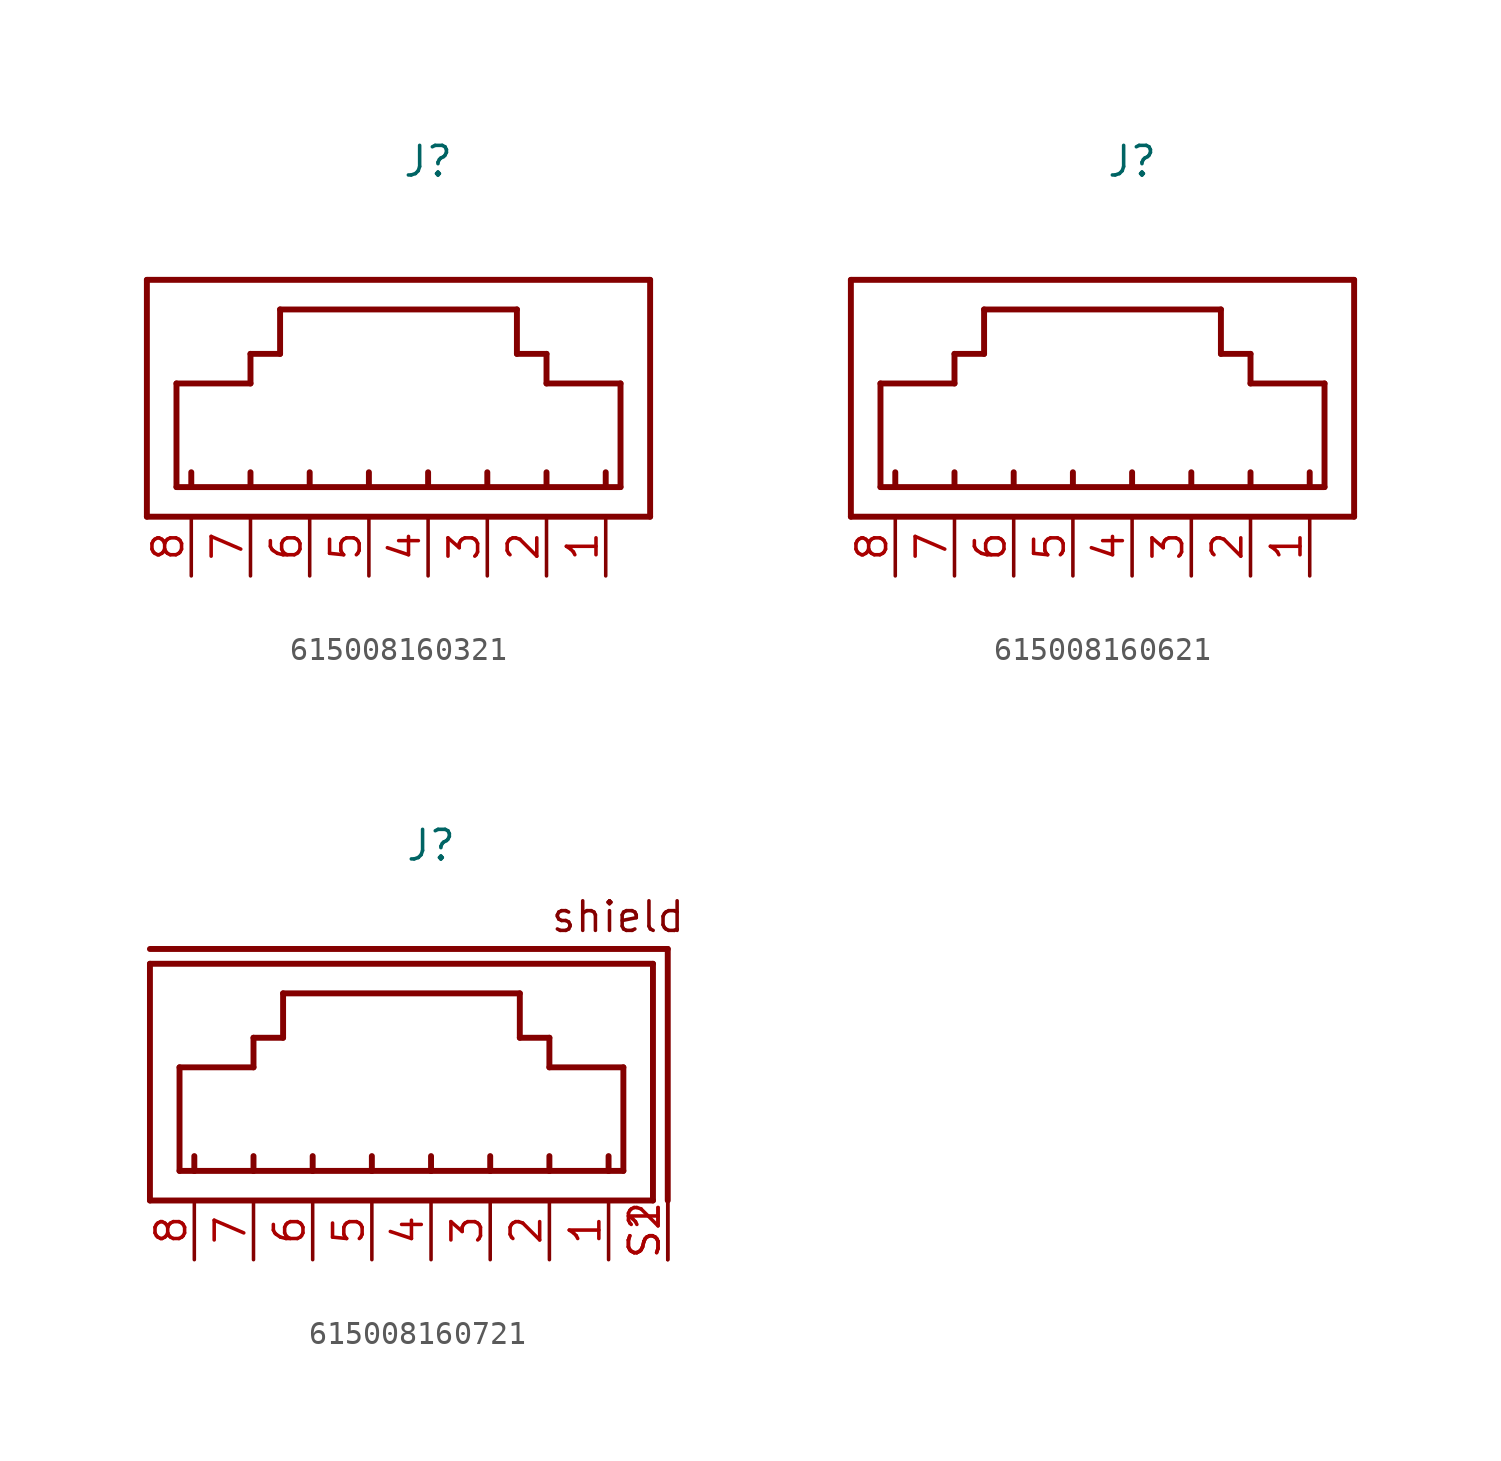
<source format=kicad_sym>
(kicad_symbol_lib
  (version 20241209)
  (generator "kicad_symbol_editor")
  (generator_version "9.0")
  (symbol "615008160321"
    (pin_names
      (hide yes))
    (property "Reference" "J"
      (at 0 10.16 0)
      (effects (font (size 1.27 1.27))))
    (symbol "615008160321_1_0"
      (polyline (pts (xy -12.065 5.08) (xy 9.525 5.08)) (stroke (width 0.254) (type solid)) (fill (type none)))
      (polyline (pts (xy -12.065 -5.08) (xy -12.065 5.08)) (stroke (width 0.254) (type solid)) (fill (type none)))
      (polyline (pts (xy -10.795 0.635) (xy -7.62 0.635)) (stroke (width 0.254) (type solid)) (fill (type none)))
      (polyline (pts (xy -10.795 -3.81) (xy -10.795 0.635)) (stroke (width 0.254) (type solid)) (fill (type none)))
      (polyline (pts (xy -10.16 -3.81) (xy -10.795 -3.81)) (stroke (width 0.254) (type solid)) (fill (type none)))
      (polyline (pts (xy -10.16 -3.81) (xy -10.16 -3.175)) (stroke (width 0.254) (type solid)) (fill (type none)))
      (polyline (pts (xy -7.62 1.905) (xy -6.35 1.905)) (stroke (width 0.254) (type solid)) (fill (type none)))
      (polyline (pts (xy -7.62 0.635) (xy -7.62 1.905)) (stroke (width 0.254) (type solid)) (fill (type none)))
      (polyline (pts (xy -7.62 -3.81) (xy -10.16 -3.81)) (stroke (width 0.254) (type solid)) (fill (type none)))
      (polyline (pts (xy -7.62 -3.81) (xy -7.62 -3.175)) (stroke (width 0.254) (type solid)) (fill (type none)))
      (polyline (pts (xy -6.35 3.81) (xy 3.81 3.81)) (stroke (width 0.254) (type solid)) (fill (type none)))
      (polyline (pts (xy -6.35 1.905) (xy -6.35 3.81)) (stroke (width 0.254) (type solid)) (fill (type none)))
      (polyline (pts (xy -5.08 -3.81) (xy -7.62 -3.81)) (stroke (width 0.254) (type solid)) (fill (type none)))
      (polyline (pts (xy -5.08 -3.81) (xy -5.08 -3.175)) (stroke (width 0.254) (type solid)) (fill (type none)))
      (polyline (pts (xy -2.54 -3.81) (xy -5.08 -3.81)) (stroke (width 0.254) (type solid)) (fill (type none)))
      (polyline (pts (xy -2.54 -3.81) (xy -2.54 -3.175)) (stroke (width 0.254) (type solid)) (fill (type none)))
      (polyline (pts (xy 0 -3.81) (xy -2.54 -3.81)) (stroke (width 0.254) (type solid)) (fill (type none)))
      (polyline (pts (xy 0 -3.81) (xy 0 -3.175)) (stroke (width 0.254) (type solid)) (fill (type none)))
      (polyline (pts (xy 2.54 -3.175) (xy 2.54 -3.81)) (stroke (width 0.254) (type solid)) (fill (type none)))
      (polyline (pts (xy 2.54 -3.81) (xy 0 -3.81)) (stroke (width 0.254) (type solid)) (fill (type none)))
      (polyline (pts (xy 3.81 1.905) (xy 3.81 3.81)) (stroke (width 0.254) (type solid)) (fill (type none)))
      (polyline (pts (xy 5.08 1.905) (xy 3.81 1.905)) (stroke (width 0.254) (type solid)) (fill (type none)))
      (polyline (pts (xy 5.08 0.635) (xy 5.08 1.905)) (stroke (width 0.254) (type solid)) (fill (type none)))
      (polyline (pts (xy 5.08 -3.175) (xy 5.08 -3.81)) (stroke (width 0.254) (type solid)) (fill (type none)))
      (polyline (pts (xy 5.08 -3.81) (xy 2.54 -3.81)) (stroke (width 0.254) (type solid)) (fill (type none)))
      (polyline (pts (xy 7.62 -3.175) (xy 7.62 -3.81)) (stroke (width 0.254) (type solid)) (fill (type none)))
      (polyline (pts (xy 7.62 -3.81) (xy 5.08 -3.81)) (stroke (width 0.254) (type solid)) (fill (type none)))
      (polyline (pts (xy 8.255 0.635) (xy 5.08 0.635)) (stroke (width 0.254) (type solid)) (fill (type none)))
      (polyline (pts (xy 8.255 0.635) (xy 8.255 -3.81)) (stroke (width 0.254) (type solid)) (fill (type none)))
      (polyline (pts (xy 8.255 -3.81) (xy 7.62 -3.81)) (stroke (width 0.254) (type solid)) (fill (type none)))
      (polyline (pts (xy 9.525 5.08) (xy 9.525 -5.08)) (stroke (width 0.254) (type solid)) (fill (type none)))
      (polyline (pts (xy 9.525 -5.08) (xy -12.065 -5.08)) (stroke (width 0.254) (type solid)) (fill (type none)))
      (pin passive line (at -10.16 -7.62 90) (length 2.54) (name "8" (effects (font (size 1.27 1.27)))) (number "8" (effects (font (size 1.27 1.27)))))
      (pin passive line (at -7.62 -7.62 90) (length 2.54) (name "7" (effects (font (size 1.27 1.27)))) (number "7" (effects (font (size 1.27 1.27)))))
      (pin passive line (at -5.08 -7.62 90) (length 2.54) (name "6" (effects (font (size 1.27 1.27)))) (number "6" (effects (font (size 1.27 1.27)))))
      (pin passive line (at -2.54 -7.62 90) (length 2.54) (name "5" (effects (font (size 1.27 1.27)))) (number "5" (effects (font (size 1.27 1.27)))))
      (pin passive line (at 0 -7.62 90) (length 2.54) (name "4" (effects (font (size 1.27 1.27)))) (number "4" (effects (font (size 1.27 1.27)))))
      (pin passive line (at 2.54 -7.62 90) (length 2.54) (name "3" (effects (font (size 1.27 1.27)))) (number "3" (effects (font (size 1.27 1.27)))))
      (pin passive line (at 5.08 -7.62 90) (length 2.54) (name "2" (effects (font (size 1.27 1.27)))) (number "2" (effects (font (size 1.27 1.27)))))
      (pin passive line (at 7.62 -7.62 90) (length 2.54) (name "1" (effects (font (size 1.27 1.27)))) (number "1" (effects (font (size 1.27 1.27)))))))
  (symbol "615008160621"
    (pin_names
      (hide yes))
    (property "Reference" "J"
      (at 0 10.16 0)
      (effects (font (size 1.27 1.27))))
    (symbol "615008160621_1_0"
      (polyline (pts (xy -12.065 5.08) (xy 9.525 5.08)) (stroke (width 0.254) (type solid)) (fill (type none)))
      (polyline (pts (xy -12.065 -5.08) (xy -12.065 5.08)) (stroke (width 0.254) (type solid)) (fill (type none)))
      (polyline (pts (xy -10.795 0.635) (xy -7.62 0.635)) (stroke (width 0.254) (type solid)) (fill (type none)))
      (polyline (pts (xy -10.795 -3.81) (xy -10.795 0.635)) (stroke (width 0.254) (type solid)) (fill (type none)))
      (polyline (pts (xy -10.16 -3.81) (xy -10.795 -3.81)) (stroke (width 0.254) (type solid)) (fill (type none)))
      (polyline (pts (xy -10.16 -3.81) (xy -10.16 -3.175)) (stroke (width 0.254) (type solid)) (fill (type none)))
      (polyline (pts (xy -7.62 1.905) (xy -6.35 1.905)) (stroke (width 0.254) (type solid)) (fill (type none)))
      (polyline (pts (xy -7.62 0.635) (xy -7.62 1.905)) (stroke (width 0.254) (type solid)) (fill (type none)))
      (polyline (pts (xy -7.62 -3.81) (xy -10.16 -3.81)) (stroke (width 0.254) (type solid)) (fill (type none)))
      (polyline (pts (xy -7.62 -3.81) (xy -7.62 -3.175)) (stroke (width 0.254) (type solid)) (fill (type none)))
      (polyline (pts (xy -6.35 3.81) (xy 3.81 3.81)) (stroke (width 0.254) (type solid)) (fill (type none)))
      (polyline (pts (xy -6.35 1.905) (xy -6.35 3.81)) (stroke (width 0.254) (type solid)) (fill (type none)))
      (polyline (pts (xy -5.08 -3.81) (xy -7.62 -3.81)) (stroke (width 0.254) (type solid)) (fill (type none)))
      (polyline (pts (xy -5.08 -3.81) (xy -5.08 -3.175)) (stroke (width 0.254) (type solid)) (fill (type none)))
      (polyline (pts (xy -2.54 -3.81) (xy -5.08 -3.81)) (stroke (width 0.254) (type solid)) (fill (type none)))
      (polyline (pts (xy -2.54 -3.81) (xy -2.54 -3.175)) (stroke (width 0.254) (type solid)) (fill (type none)))
      (polyline (pts (xy 0 -3.81) (xy -2.54 -3.81)) (stroke (width 0.254) (type solid)) (fill (type none)))
      (polyline (pts (xy 0 -3.81) (xy 0 -3.175)) (stroke (width 0.254) (type solid)) (fill (type none)))
      (polyline (pts (xy 2.54 -3.175) (xy 2.54 -3.81)) (stroke (width 0.254) (type solid)) (fill (type none)))
      (polyline (pts (xy 2.54 -3.81) (xy 0 -3.81)) (stroke (width 0.254) (type solid)) (fill (type none)))
      (polyline (pts (xy 3.81 1.905) (xy 3.81 3.81)) (stroke (width 0.254) (type solid)) (fill (type none)))
      (polyline (pts (xy 5.08 1.905) (xy 3.81 1.905)) (stroke (width 0.254) (type solid)) (fill (type none)))
      (polyline (pts (xy 5.08 0.635) (xy 5.08 1.905)) (stroke (width 0.254) (type solid)) (fill (type none)))
      (polyline (pts (xy 5.08 -3.175) (xy 5.08 -3.81)) (stroke (width 0.254) (type solid)) (fill (type none)))
      (polyline (pts (xy 5.08 -3.81) (xy 2.54 -3.81)) (stroke (width 0.254) (type solid)) (fill (type none)))
      (polyline (pts (xy 7.62 -3.175) (xy 7.62 -3.81)) (stroke (width 0.254) (type solid)) (fill (type none)))
      (polyline (pts (xy 7.62 -3.81) (xy 5.08 -3.81)) (stroke (width 0.254) (type solid)) (fill (type none)))
      (polyline (pts (xy 8.255 0.635) (xy 5.08 0.635)) (stroke (width 0.254) (type solid)) (fill (type none)))
      (polyline (pts (xy 8.255 0.635) (xy 8.255 -3.81)) (stroke (width 0.254) (type solid)) (fill (type none)))
      (polyline (pts (xy 8.255 -3.81) (xy 7.62 -3.81)) (stroke (width 0.254) (type solid)) (fill (type none)))
      (polyline (pts (xy 9.525 5.08) (xy 9.525 -5.08)) (stroke (width 0.254) (type solid)) (fill (type none)))
      (polyline (pts (xy 9.525 -5.08) (xy -12.065 -5.08)) (stroke (width 0.254) (type solid)) (fill (type none)))
      (pin passive line (at -10.16 -7.62 90) (length 2.54) (name "8" (effects (font (size 1.27 1.27)))) (number "8" (effects (font (size 1.27 1.27)))))
      (pin passive line (at -7.62 -7.62 90) (length 2.54) (name "7" (effects (font (size 1.27 1.27)))) (number "7" (effects (font (size 1.27 1.27)))))
      (pin passive line (at -5.08 -7.62 90) (length 2.54) (name "6" (effects (font (size 1.27 1.27)))) (number "6" (effects (font (size 1.27 1.27)))))
      (pin passive line (at -2.54 -7.62 90) (length 2.54) (name "5" (effects (font (size 1.27 1.27)))) (number "5" (effects (font (size 1.27 1.27)))))
      (pin passive line (at 0 -7.62 90) (length 2.54) (name "4" (effects (font (size 1.27 1.27)))) (number "4" (effects (font (size 1.27 1.27)))))
      (pin passive line (at 2.54 -7.62 90) (length 2.54) (name "3" (effects (font (size 1.27 1.27)))) (number "3" (effects (font (size 1.27 1.27)))))
      (pin passive line (at 5.08 -7.62 90) (length 2.54) (name "2" (effects (font (size 1.27 1.27)))) (number "2" (effects (font (size 1.27 1.27)))))
      (pin passive line (at 7.62 -7.62 90) (length 2.54) (name "1" (effects (font (size 1.27 1.27)))) (number "1" (effects (font (size 1.27 1.27)))))))
  (symbol "615008160721"
    (pin_names
      (hide yes))
    (property "Reference" "J"
      (at 0 10.16 0)
      (effects (font (size 1.27 1.27))))
    (symbol "615008160721_1_0"
      (polyline (pts (xy -12.065 5.715) (xy 10.16 5.715)) (stroke (width 0.254) (type solid)) (fill (type none)))
      (polyline (pts (xy -12.065 5.08) (xy 9.525 5.08)) (stroke (width 0.254) (type solid)) (fill (type none)))
      (polyline (pts (xy -12.065 -5.08) (xy -12.065 5.08)) (stroke (width 0.254) (type solid)) (fill (type none)))
      (polyline (pts (xy -10.795 0.635) (xy -7.62 0.635)) (stroke (width 0.254) (type solid)) (fill (type none)))
      (polyline (pts (xy -10.795 -3.81) (xy -10.795 0.635)) (stroke (width 0.254) (type solid)) (fill (type none)))
      (polyline (pts (xy -10.16 -3.81) (xy -10.795 -3.81)) (stroke (width 0.254) (type solid)) (fill (type none)))
      (polyline (pts (xy -10.16 -3.81) (xy -10.16 -3.175)) (stroke (width 0.254) (type solid)) (fill (type none)))
      (polyline (pts (xy -7.62 1.905) (xy -6.35 1.905)) (stroke (width 0.254) (type solid)) (fill (type none)))
      (polyline (pts (xy -7.62 0.635) (xy -7.62 1.905)) (stroke (width 0.254) (type solid)) (fill (type none)))
      (polyline (pts (xy -7.62 -3.81) (xy -10.16 -3.81)) (stroke (width 0.254) (type solid)) (fill (type none)))
      (polyline (pts (xy -7.62 -3.81) (xy -7.62 -3.175)) (stroke (width 0.254) (type solid)) (fill (type none)))
      (polyline (pts (xy -6.35 3.81) (xy 3.81 3.81)) (stroke (width 0.254) (type solid)) (fill (type none)))
      (polyline (pts (xy -6.35 1.905) (xy -6.35 3.81)) (stroke (width 0.254) (type solid)) (fill (type none)))
      (polyline (pts (xy -5.08 -3.81) (xy -7.62 -3.81)) (stroke (width 0.254) (type solid)) (fill (type none)))
      (polyline (pts (xy -5.08 -3.81) (xy -5.08 -3.175)) (stroke (width 0.254) (type solid)) (fill (type none)))
      (polyline (pts (xy -2.54 -3.81) (xy -5.08 -3.81)) (stroke (width 0.254) (type solid)) (fill (type none)))
      (polyline (pts (xy -2.54 -3.81) (xy -2.54 -3.175)) (stroke (width 0.254) (type solid)) (fill (type none)))
      (polyline (pts (xy 0 -3.81) (xy -2.54 -3.81)) (stroke (width 0.254) (type solid)) (fill (type none)))
      (polyline (pts (xy 0 -3.81) (xy 0 -3.175)) (stroke (width 0.254) (type solid)) (fill (type none)))
      (polyline (pts (xy 2.54 -3.81) (xy 0 -3.81)) (stroke (width 0.254) (type solid)) (fill (type none)))
      (polyline (pts (xy 2.54 -3.81) (xy 2.54 -3.175)) (stroke (width 0.254) (type solid)) (fill (type none)))
      (polyline (pts (xy 3.81 1.905) (xy 3.81 3.81)) (stroke (width 0.254) (type solid)) (fill (type none)))
      (polyline (pts (xy 5.08 1.905) (xy 3.81 1.905)) (stroke (width 0.254) (type solid)) (fill (type none)))
      (polyline (pts (xy 5.08 0.635) (xy 5.08 1.905)) (stroke (width 0.254) (type solid)) (fill (type none)))
      (polyline (pts (xy 5.08 -3.81) (xy 2.54 -3.81)) (stroke (width 0.254) (type solid)) (fill (type none)))
      (polyline (pts (xy 5.08 -3.81) (xy 5.08 -3.175)) (stroke (width 0.254) (type solid)) (fill (type none)))
      (polyline (pts (xy 7.62 -3.81) (xy 5.08 -3.81)) (stroke (width 0.254) (type solid)) (fill (type none)))
      (polyline (pts (xy 7.62 -3.81) (xy 7.62 -3.175)) (stroke (width 0.254) (type solid)) (fill (type none)))
      (polyline (pts (xy 8.255 0.635) (xy 5.08 0.635)) (stroke (width 0.254) (type solid)) (fill (type none)))
      (polyline (pts (xy 8.255 0.635) (xy 8.255 -3.81)) (stroke (width 0.254) (type solid)) (fill (type none)))
      (polyline (pts (xy 8.255 -3.81) (xy 7.62 -3.81)) (stroke (width 0.254) (type solid)) (fill (type none)))
      (polyline (pts (xy 9.525 5.08) (xy 9.525 -5.08)) (stroke (width 0.254) (type solid)) (fill (type none)))
      (polyline (pts (xy 9.525 -5.08) (xy -12.065 -5.08)) (stroke (width 0.254) (type solid)) (fill (type none)))
      (polyline (pts (xy 10.16 5.715) (xy 10.16 -5.08)) (stroke (width 0.254) (type solid)) (fill (type none)))
      (pin passive line (at -10.16 -7.62 90) (length 2.54) (name "8" (effects (font (size 1.27 1.27)))) (number "8" (effects (font (size 1.27 1.27)))))
      (pin passive line (at -7.62 -7.62 90) (length 2.54) (name "7" (effects (font (size 1.27 1.27)))) (number "7" (effects (font (size 1.27 1.27)))))
      (pin passive line (at -5.08 -7.62 90) (length 2.54) (name "6" (effects (font (size 1.27 1.27)))) (number "6" (effects (font (size 1.27 1.27)))))
      (pin passive line (at -2.54 -7.62 90) (length 2.54) (name "5" (effects (font (size 1.27 1.27)))) (number "5" (effects (font (size 1.27 1.27)))))
      (pin passive line (at 0 -7.62 90) (length 2.54) (name "4" (effects (font (size 1.27 1.27)))) (number "4" (effects (font (size 1.27 1.27)))))
      (pin passive line (at 2.54 -7.62 90) (length 2.54) (name "3" (effects (font (size 1.27 1.27)))) (number "3" (effects (font (size 1.27 1.27)))))
      (pin passive line (at 5.08 -7.62 90) (length 2.54) (name "2" (effects (font (size 1.27 1.27)))) (number "2" (effects (font (size 1.27 1.27)))))
      (pin passive line (at 7.62 -7.62 90) (length 2.54) (name "1" (effects (font (size 1.27 1.27)))) (number "1" (effects (font (size 1.27 1.27)))))
      (pin passive line (at 10.16 -7.62 90) (length 2.54) (name "SHIELD" (effects (font (size 1.27 1.27)))) (number "S1" (effects (font (size 1.27 1.27)))))
      (pin passive line (at 10.16 -7.62 90) (length 2.54) (name "SHIELD" (effects (font (size 1.27 1.27)))) (number "S2" (effects (font (size 1.27 1.27))))))
    (symbol "615008160721_1_1"
      (text "shield" (at 5.08 6.35 0) (effects (font (size 1.27 1.27)) (justify left bottom))))))
</source>
